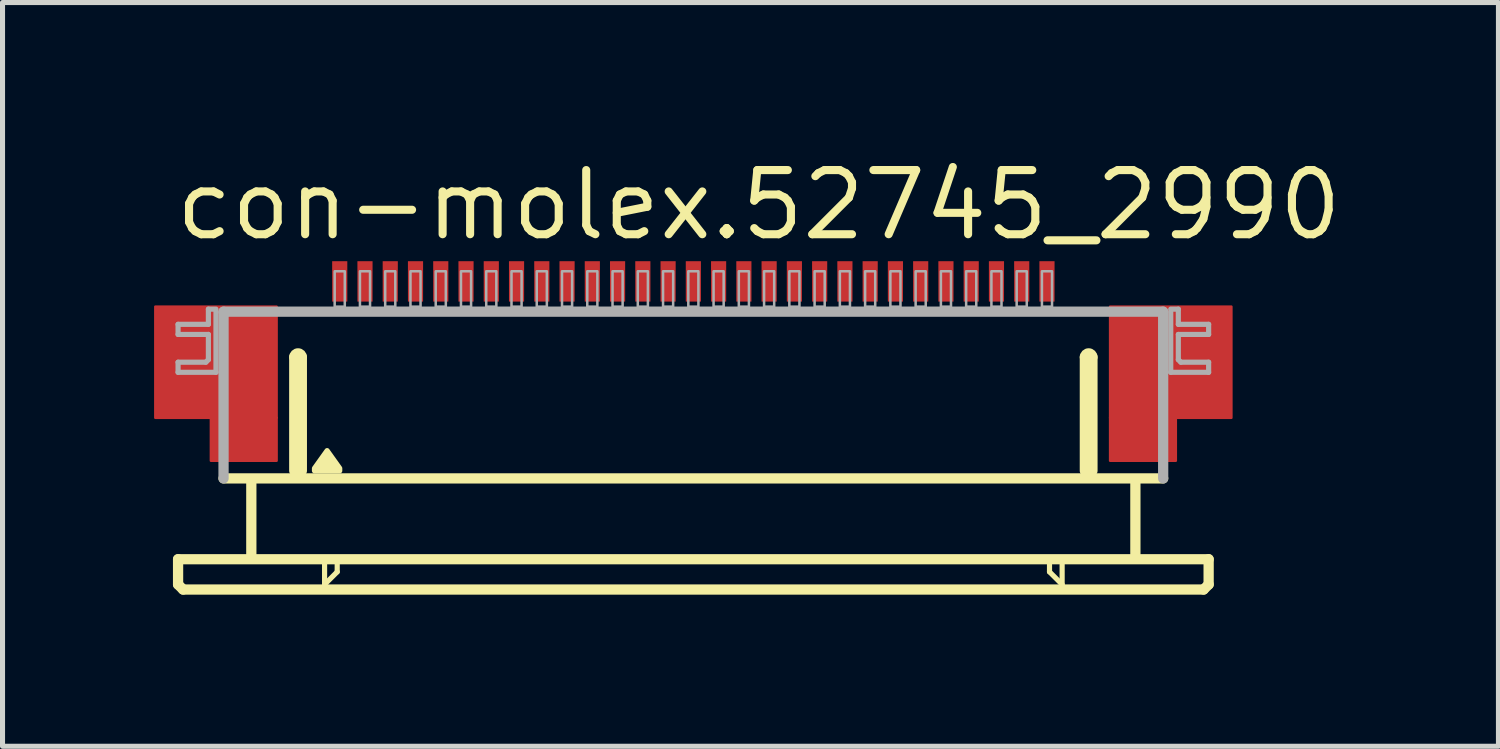
<source format=kicad_pcb>
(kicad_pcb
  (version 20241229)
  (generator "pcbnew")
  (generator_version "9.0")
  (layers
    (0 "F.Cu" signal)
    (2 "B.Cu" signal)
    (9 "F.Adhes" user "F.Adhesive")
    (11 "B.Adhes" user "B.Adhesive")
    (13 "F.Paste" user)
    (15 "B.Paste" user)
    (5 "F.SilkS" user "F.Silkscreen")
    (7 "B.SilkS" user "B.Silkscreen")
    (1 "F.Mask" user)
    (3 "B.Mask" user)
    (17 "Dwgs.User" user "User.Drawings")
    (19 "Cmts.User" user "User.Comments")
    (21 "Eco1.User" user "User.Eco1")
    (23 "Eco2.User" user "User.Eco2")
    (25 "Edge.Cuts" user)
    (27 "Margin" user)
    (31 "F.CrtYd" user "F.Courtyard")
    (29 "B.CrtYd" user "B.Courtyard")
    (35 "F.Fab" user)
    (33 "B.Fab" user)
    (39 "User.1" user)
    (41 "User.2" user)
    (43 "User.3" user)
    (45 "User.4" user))
  (footprint "con-molex.52745_2990"
    (layer "F.Cu")
    (at 10.675 5.02)
    (property "Reference" "con-molex.52745_2990" (at -10.33 -3.27 0) (layer "F.SilkS") (effects (font (size 1.27 1.27) (thickness 0.16)) (justify left bottom)))
    (attr smd)
    (fp_rect (start -10.65 0.2) (end -8.25 -2) (stroke (width 0.05) (type default)) (fill yes) (layer "F.Cu"))
    (fp_rect (start -9.55 1.05) (end -8.25 0.2) (stroke (width 0.05) (type default)) (fill yes) (layer "F.Cu"))
    (fp_rect (start 8.25 0.2) (end 10.65 -2) (stroke (width 0.05) (type default)) (fill yes) (layer "F.Cu"))
    (fp_rect (start 8.25 1.05) (end 9.55 0.2) (stroke (width 0.05) (type default)) (fill yes) (layer "F.Cu"))
    (fp_rect (start -10.65 0.2) (end -9.5 -2) (stroke (width 0.05) (type default)) (fill yes) (layer "F.Mask"))
    (fp_rect (start -9.55 1.05) (end -8.25 -2) (stroke (width 0.05) (type default)) (fill yes) (layer "F.Mask"))
    (fp_rect (start 8.25 1.05) (end 9.55 -2) (stroke (width 0.05) (type default)) (fill yes) (layer "F.Mask"))
    (fp_rect (start 9.5 0.2) (end 10.65 -2) (stroke (width 0.05) (type default)) (fill yes) (layer "F.Mask"))
    (fp_line (start -10.2 3) (end -10.2 3.5) (stroke (width 0.203) (type default)) (layer "F.SilkS"))
    (fp_line (start -10.2 3.5) (end -10.1 3.6) (stroke (width 0.203) (type default)) (layer "F.SilkS"))
    (fp_line (start -10.1 3.6) (end 10.1 3.6) (stroke (width 0.203) (type default)) (layer "F.SilkS"))
    (fp_line (start -8.75 1.5) (end -8.75 2.9) (stroke (width 0.203) (type default)) (layer "F.SilkS"))
    (fp_line (start -7.9 1.25) (end -7.9 -1) (stroke (width 0.203) (type default)) (layer "F.SilkS"))
    (fp_line (start -7.75 -1) (end -7.75 1.25) (stroke (width 0.203) (type default)) (layer "F.SilkS"))
    (fp_line (start -7.3 3.1) (end -7.3 3.5) (stroke (width 0.102) (type default)) (layer "F.SilkS"))
    (fp_line (start -7.3 3.5) (end -7.05 3.25) (stroke (width 0.102) (type default)) (layer "F.SilkS"))
    (fp_line (start -7.05 3.25) (end -7.05 3.1) (stroke (width 0.102) (type default)) (layer "F.SilkS"))
    (fp_line (start 7.05 3.1) (end 7.05 3.25) (stroke (width 0.102) (type default)) (layer "F.SilkS"))
    (fp_line (start 7.05 3.25) (end 7.3 3.5) (stroke (width 0.102) (type default)) (layer "F.SilkS"))
    (fp_line (start 7.3 3.5) (end 7.3 3.1) (stroke (width 0.102) (type default)) (layer "F.SilkS"))
    (fp_line (start 7.75 1.25) (end 7.75 -1) (stroke (width 0.203) (type default)) (layer "F.SilkS"))
    (fp_line (start 7.9 -1) (end 7.9 1.25) (stroke (width 0.203) (type default)) (layer "F.SilkS"))
    (fp_line (start 8.75 1.5) (end 8.75 2.9) (stroke (width 0.203) (type default)) (layer "F.SilkS"))
    (fp_line (start 9.3 1.4) (end -9.3 1.4) (stroke (width 0.203) (type default)) (layer "F.SilkS"))
    (fp_line (start 10.1 3.6) (end 10.2 3.5) (stroke (width 0.203) (type default)) (layer "F.SilkS"))
    (fp_line (start 10.2 3) (end -10.2 3) (stroke (width 0.203) (type default)) (layer "F.SilkS"))
    (fp_line (start 10.2 3.5) (end 10.2 3) (stroke (width 0.203) (type default)) (layer "F.SilkS"))
    (fp_arc (start -7.9 -1) (mid -7.825 -1.075) (end -7.75 -1) (stroke (width 0.2032) (type default)) (layer "F.SilkS"))
    (fp_arc (start 7.75 -1) (mid 7.825 -1.075) (end 7.9 -1) (stroke (width 0.2032) (type default)) (layer "F.SilkS"))
    (fp_poly (pts (xy -7.5 1.25) (xy -7.5 1.2) (xy -7.25 0.85) (xy -7 1.2) (xy -7 1.25)) (stroke (width 0.102) (type default)) (fill yes) (layer "F.SilkS"))
    (fp_rect (start -10.45 0.05) (end -8.45 -1.85) (stroke (width 0.05) (type default)) (fill yes) (layer "F.Paste"))
    (fp_rect (start 8.45 0.05) (end 10.45 -1.85) (stroke (width 0.05) (type default)) (fill yes) (layer "F.Paste"))
    (fp_line (start -10.2 -1.65) (end -10.2 -1.45) (stroke (width 0.102) (type default)) (layer "F.Fab"))
    (fp_line (start -10.2 -1.45) (end -9.6 -1.45) (stroke (width 0.102) (type default)) (layer "F.Fab"))
    (fp_line (start -10.2 -0.9) (end -10.2 -0.7) (stroke (width 0.102) (type default)) (layer "F.Fab"))
    (fp_line (start -10.2 -0.7) (end -9.45 -0.7) (stroke (width 0.102) (type default)) (layer "F.Fab"))
    (fp_line (start -9.65 -0.9) (end -10.2 -0.9) (stroke (width 0.102) (type default)) (layer "F.Fab"))
    (fp_line (start -9.6 -1.95) (end -9.6 -1.65) (stroke (width 0.102) (type default)) (layer "F.Fab"))
    (fp_line (start -9.6 -1.65) (end -10.2 -1.65) (stroke (width 0.102) (type default)) (layer "F.Fab"))
    (fp_line (start -9.6 -1.45) (end -9.6 -0.95) (stroke (width 0.102) (type default)) (layer "F.Fab"))
    (fp_line (start -9.6 -0.95) (end -9.65 -0.9) (stroke (width 0.102) (type default)) (layer "F.Fab"))
    (fp_line (start -9.45 -1.95) (end -9.6 -1.95) (stroke (width 0.102) (type default)) (layer "F.Fab"))
    (fp_line (start -9.45 -0.7) (end -9.45 -1.9) (stroke (width 0.102) (type default)) (layer "F.Fab"))
    (fp_line (start -9.3 -1.9) (end 9.3 -1.9) (stroke (width 0.203) (type default)) (layer "F.Fab"))
    (fp_line (start -9.3 1.4) (end -9.3 -1.9) (stroke (width 0.203) (type default)) (layer "F.Fab"))
    (fp_line (start 9.3 -1.9) (end 9.3 1.4) (stroke (width 0.203) (type default)) (layer "F.Fab"))
    (fp_line (start 9.45 -1.95) (end 9.6 -1.95) (stroke (width 0.102) (type default)) (layer "F.Fab"))
    (fp_line (start 9.45 -0.7) (end 9.45 -1.9) (stroke (width 0.102) (type default)) (layer "F.Fab"))
    (fp_line (start 9.6 -1.95) (end 9.6 -1.65) (stroke (width 0.102) (type default)) (layer "F.Fab"))
    (fp_line (start 9.6 -1.65) (end 10.2 -1.65) (stroke (width 0.102) (type default)) (layer "F.Fab"))
    (fp_line (start 9.6 -1.45) (end 9.6 -0.95) (stroke (width 0.102) (type default)) (layer "F.Fab"))
    (fp_line (start 9.6 -0.95) (end 9.65 -0.9) (stroke (width 0.102) (type default)) (layer "F.Fab"))
    (fp_line (start 9.65 -0.9) (end 10.2 -0.9) (stroke (width 0.102) (type default)) (layer "F.Fab"))
    (fp_line (start 10.2 -1.65) (end 10.2 -1.45) (stroke (width 0.102) (type default)) (layer "F.Fab"))
    (fp_line (start 10.2 -1.45) (end 9.6 -1.45) (stroke (width 0.102) (type default)) (layer "F.Fab"))
    (fp_line (start 10.2 -0.9) (end 10.2 -0.7) (stroke (width 0.102) (type default)) (layer "F.Fab"))
    (fp_line (start 10.2 -0.7) (end 9.45 -0.7) (stroke (width 0.102) (type default)) (layer "F.Fab"))
    (fp_rect (start -7.1 -2) (end -6.9 -2.7) (stroke (width 0.05) (type default)) (fill no) (layer "F.Fab"))
    (fp_rect (start -6.6 -2) (end -6.4 -2.7) (stroke (width 0.05) (type default)) (fill no) (layer "F.Fab"))
    (fp_rect (start -6.1 -2) (end -5.9 -2.7) (stroke (width 0.05) (type default)) (fill no) (layer "F.Fab"))
    (fp_rect (start -5.6 -2) (end -5.4 -2.7) (stroke (width 0.05) (type default)) (fill no) (layer "F.Fab"))
    (fp_rect (start -5.1 -2) (end -4.9 -2.7) (stroke (width 0.05) (type default)) (fill no) (layer "F.Fab"))
    (fp_rect (start -4.6 -2) (end -4.4 -2.7) (stroke (width 0.05) (type default)) (fill no) (layer "F.Fab"))
    (fp_rect (start -4.1 -2) (end -3.9 -2.7) (stroke (width 0.05) (type default)) (fill no) (layer "F.Fab"))
    (fp_rect (start -3.6 -2) (end -3.4 -2.7) (stroke (width 0.05) (type default)) (fill no) (layer "F.Fab"))
    (fp_rect (start -3.1 -2) (end -2.9 -2.7) (stroke (width 0.05) (type default)) (fill no) (layer "F.Fab"))
    (fp_rect (start -2.6 -2) (end -2.4 -2.7) (stroke (width 0.05) (type default)) (fill no) (layer "F.Fab"))
    (fp_rect (start -2.1 -2) (end -1.9 -2.7) (stroke (width 0.05) (type default)) (fill no) (layer "F.Fab"))
    (fp_rect (start -1.6 -2) (end -1.4 -2.7) (stroke (width 0.05) (type default)) (fill no) (layer "F.Fab"))
    (fp_rect (start -1.1 -2) (end -0.9 -2.7) (stroke (width 0.05) (type default)) (fill no) (layer "F.Fab"))
    (fp_rect (start -0.6 -2) (end -0.4 -2.7) (stroke (width 0.05) (type default)) (fill no) (layer "F.Fab"))
    (fp_rect (start -0.1 -2) (end 0.1 -2.7) (stroke (width 0.05) (type default)) (fill no) (layer "F.Fab"))
    (fp_rect (start 0.4 -2) (end 0.6 -2.7) (stroke (width 0.05) (type default)) (fill no) (layer "F.Fab"))
    (fp_rect (start 0.9 -2) (end 1.1 -2.7) (stroke (width 0.05) (type default)) (fill no) (layer "F.Fab"))
    (fp_rect (start 1.4 -2) (end 1.6 -2.7) (stroke (width 0.05) (type default)) (fill no) (layer "F.Fab"))
    (fp_rect (start 1.9 -2) (end 2.1 -2.7) (stroke (width 0.05) (type default)) (fill no) (layer "F.Fab"))
    (fp_rect (start 2.4 -2) (end 2.6 -2.7) (stroke (width 0.05) (type default)) (fill no) (layer "F.Fab"))
    (fp_rect (start 2.9 -2) (end 3.1 -2.7) (stroke (width 0.05) (type default)) (fill no) (layer "F.Fab"))
    (fp_rect (start 3.4 -2) (end 3.6 -2.7) (stroke (width 0.05) (type default)) (fill no) (layer "F.Fab"))
    (fp_rect (start 3.9 -2) (end 4.1 -2.7) (stroke (width 0.05) (type default)) (fill no) (layer "F.Fab"))
    (fp_rect (start 4.4 -2) (end 4.6 -2.7) (stroke (width 0.05) (type default)) (fill no) (layer "F.Fab"))
    (fp_rect (start 4.9 -2) (end 5.1 -2.7) (stroke (width 0.05) (type default)) (fill no) (layer "F.Fab"))
    (fp_rect (start 5.4 -2) (end 5.6 -2.7) (stroke (width 0.05) (type default)) (fill no) (layer "F.Fab"))
    (fp_rect (start 5.9 -2) (end 6.1 -2.7) (stroke (width 0.05) (type default)) (fill no) (layer "F.Fab"))
    (fp_rect (start 6.4 -2) (end 6.6 -2.7) (stroke (width 0.05) (type default)) (fill no) (layer "F.Fab"))
    (fp_rect (start 6.9 -2) (end 7.1 -2.7) (stroke (width 0.05) (type default)) (fill no) (layer "F.Fab"))
    (pad "1" smd roundrect (at -7 -2.5) (size 0.3 0.8) (layers "F.Cu" "F.Mask" "F.Paste") (roundrect_rratio 0.01))
    (pad "2" smd roundrect (at -6.5 -2.5) (size 0.3 0.8) (layers "F.Cu" "F.Mask" "F.Paste") (roundrect_rratio 0.01))
    (pad "3" smd roundrect (at -6 -2.5) (size 0.3 0.8) (layers "F.Cu" "F.Mask" "F.Paste") (roundrect_rratio 0.01))
    (pad "4" smd roundrect (at -5.5 -2.5) (size 0.3 0.8) (layers "F.Cu" "F.Mask" "F.Paste") (roundrect_rratio 0.01))
    (pad "5" smd roundrect (at -5 -2.5) (size 0.3 0.8) (layers "F.Cu" "F.Mask" "F.Paste") (roundrect_rratio 0.01))
    (pad "6" smd roundrect (at -4.5 -2.5) (size 0.3 0.8) (layers "F.Cu" "F.Mask" "F.Paste") (roundrect_rratio 0.01))
    (pad "7" smd roundrect (at -4 -2.5) (size 0.3 0.8) (layers "F.Cu" "F.Mask" "F.Paste") (roundrect_rratio 0.01))
    (pad "8" smd roundrect (at -3.5 -2.5) (size 0.3 0.8) (layers "F.Cu" "F.Mask" "F.Paste") (roundrect_rratio 0.01))
    (pad "9" smd roundrect (at -3 -2.5) (size 0.3 0.8) (layers "F.Cu" "F.Mask" "F.Paste") (roundrect_rratio 0.01))
    (pad "10" smd roundrect (at -2.5 -2.5) (size 0.3 0.8) (layers "F.Cu" "F.Mask" "F.Paste") (roundrect_rratio 0.01))
    (pad "11" smd roundrect (at -2 -2.5) (size 0.3 0.8) (layers "F.Cu" "F.Mask" "F.Paste") (roundrect_rratio 0.01))
    (pad "12" smd roundrect (at -1.5 -2.5) (size 0.3 0.8) (layers "F.Cu" "F.Mask" "F.Paste") (roundrect_rratio 0.01))
    (pad "13" smd roundrect (at -1 -2.5) (size 0.3 0.8) (layers "F.Cu" "F.Mask" "F.Paste") (roundrect_rratio 0.01))
    (pad "14" smd roundrect (at -0.5 -2.5) (size 0.3 0.8) (layers "F.Cu" "F.Mask" "F.Paste") (roundrect_rratio 0.01))
    (pad "15" smd roundrect (at 0 -2.5) (size 0.3 0.8) (layers "F.Cu" "F.Mask" "F.Paste") (roundrect_rratio 0.01))
    (pad "16" smd roundrect (at 0.5 -2.5) (size 0.3 0.8) (layers "F.Cu" "F.Mask" "F.Paste") (roundrect_rratio 0.01))
    (pad "17" smd roundrect (at 1 -2.5) (size 0.3 0.8) (layers "F.Cu" "F.Mask" "F.Paste") (roundrect_rratio 0.01))
    (pad "18" smd roundrect (at 1.5 -2.5) (size 0.3 0.8) (layers "F.Cu" "F.Mask" "F.Paste") (roundrect_rratio 0.01))
    (pad "19" smd roundrect (at 2 -2.5) (size 0.3 0.8) (layers "F.Cu" "F.Mask" "F.Paste") (roundrect_rratio 0.01))
    (pad "20" smd roundrect (at 2.5 -2.5) (size 0.3 0.8) (layers "F.Cu" "F.Mask" "F.Paste") (roundrect_rratio 0.01))
    (pad "21" smd roundrect (at 3 -2.5) (size 0.3 0.8) (layers "F.Cu" "F.Mask" "F.Paste") (roundrect_rratio 0.01))
    (pad "22" smd roundrect (at 3.5 -2.5) (size 0.3 0.8) (layers "F.Cu" "F.Mask" "F.Paste") (roundrect_rratio 0.01))
    (pad "23" smd roundrect (at 4 -2.5) (size 0.3 0.8) (layers "F.Cu" "F.Mask" "F.Paste") (roundrect_rratio 0.01))
    (pad "24" smd roundrect (at 4.5 -2.5) (size 0.3 0.8) (layers "F.Cu" "F.Mask" "F.Paste") (roundrect_rratio 0.01))
    (pad "25" smd roundrect (at 5 -2.5) (size 0.3 0.8) (layers "F.Cu" "F.Mask" "F.Paste") (roundrect_rratio 0.01))
    (pad "26" smd roundrect (at 5.5 -2.5) (size 0.3 0.8) (layers "F.Cu" "F.Mask" "F.Paste") (roundrect_rratio 0.01))
    (pad "27" smd roundrect (at 6 -2.5) (size 0.3 0.8) (layers "F.Cu" "F.Mask" "F.Paste") (roundrect_rratio 0.01))
    (pad "28" smd roundrect (at 6.5 -2.5) (size 0.3 0.8) (layers "F.Cu" "F.Mask" "F.Paste") (roundrect_rratio 0.01))
    (pad "29" smd roundrect (at 7 -2.5) (size 0.3 0.8) (layers "F.Cu" "F.Mask" "F.Paste") (roundrect_rratio 0.01)))
  (gr_rect
    (start -3 -3)
    (end 26.612 11.722)
    (stroke (width 0.1) (type default))
    (fill no)
    (layer "Edge.Cuts")))
</source>
